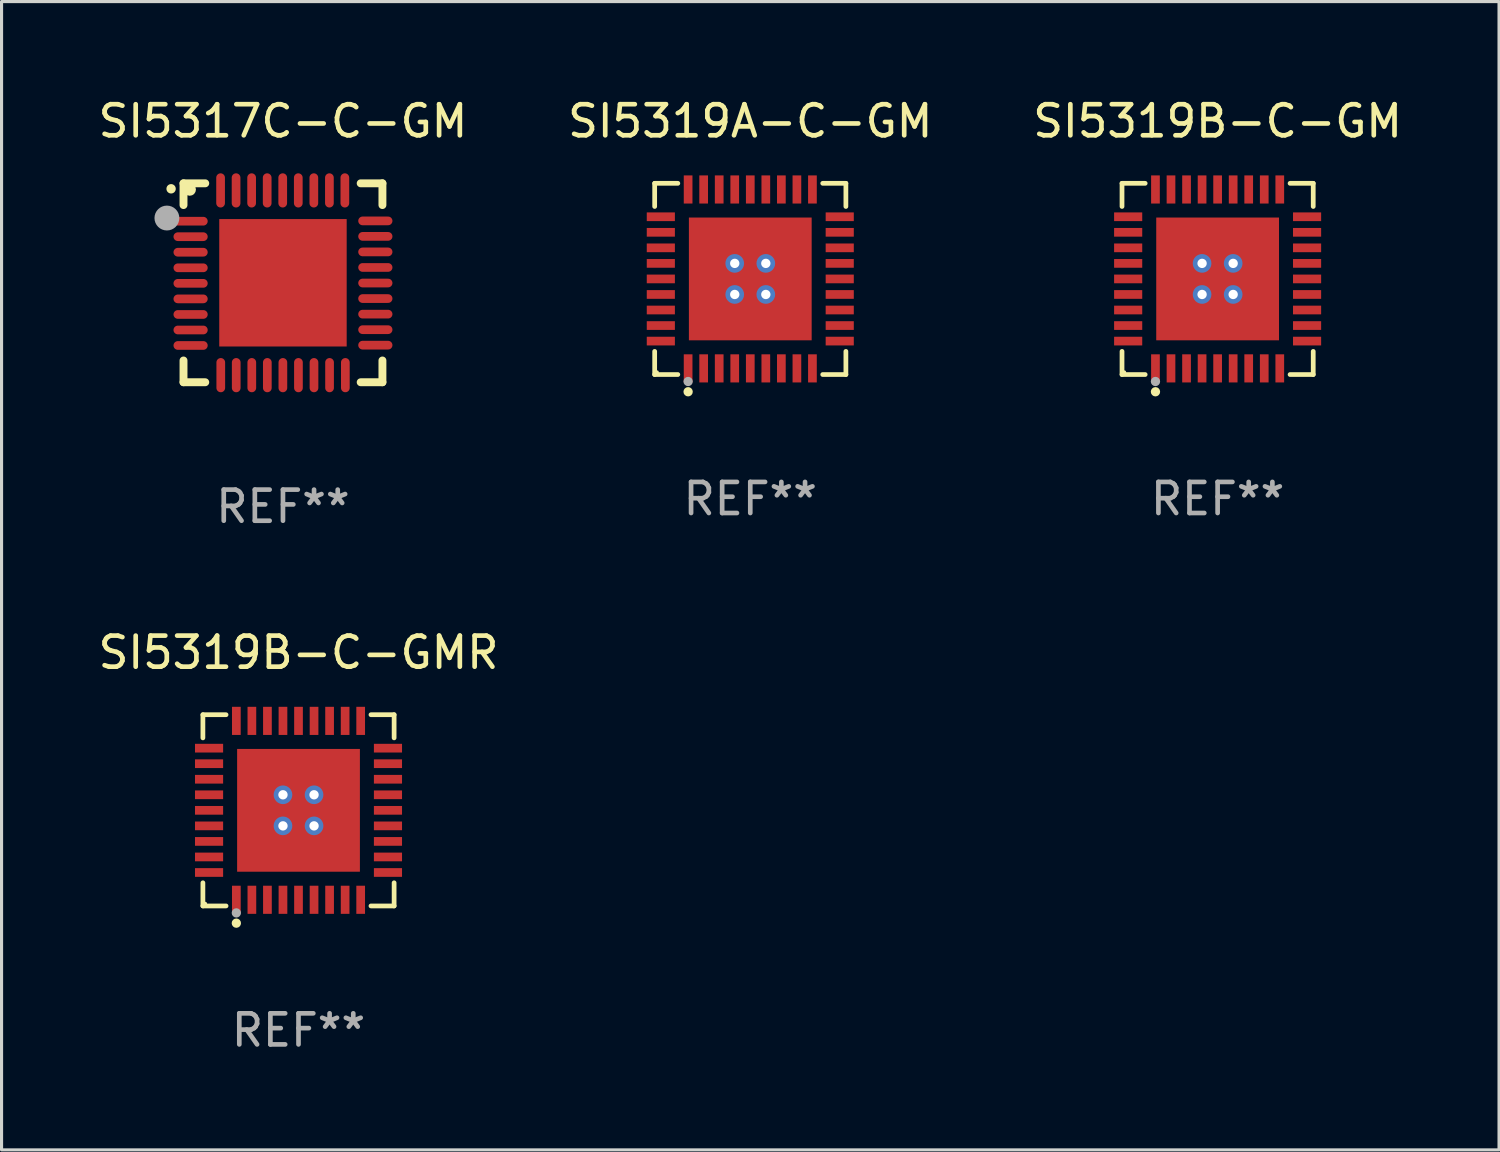
<source format=kicad_pcb>
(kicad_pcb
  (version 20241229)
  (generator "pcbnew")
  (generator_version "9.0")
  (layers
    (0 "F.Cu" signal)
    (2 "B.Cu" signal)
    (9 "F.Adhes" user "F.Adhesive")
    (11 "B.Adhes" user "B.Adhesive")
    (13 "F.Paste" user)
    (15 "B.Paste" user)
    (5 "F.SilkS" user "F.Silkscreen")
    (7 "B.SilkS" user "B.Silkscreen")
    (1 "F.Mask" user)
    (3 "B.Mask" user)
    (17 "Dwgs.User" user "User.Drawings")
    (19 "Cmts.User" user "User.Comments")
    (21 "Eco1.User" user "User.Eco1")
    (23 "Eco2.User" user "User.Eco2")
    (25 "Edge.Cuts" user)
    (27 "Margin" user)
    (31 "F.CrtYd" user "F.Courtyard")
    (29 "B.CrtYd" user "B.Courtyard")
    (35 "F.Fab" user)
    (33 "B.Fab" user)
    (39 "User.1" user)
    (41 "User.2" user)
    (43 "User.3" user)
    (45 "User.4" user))
  (footprint "SI5319A-C-GM"
    (layer "F.Cu")
    (at 21.089 5.924)
    (property "Reference" "SI5319A-C-GM" (at 0 -5.076 0) (layer "F.SilkS") (effects (font (size 1 1) (thickness 0.15))))
    (attr through_hole)
    (fp_line (start -3.076 -3.076) (end -2.331 -3.076) (stroke (width 0.152) (type solid)) (layer "F.SilkS"))
    (fp_line (start -3.076 -2.331) (end -3.076 -3.076) (stroke (width 0.152) (type solid)) (layer "F.SilkS"))
    (fp_line (start -3.076 2.331) (end -3.076 3.076) (stroke (width 0.152) (type solid)) (layer "F.SilkS"))
    (fp_line (start -3.076 3.076) (end -2.331 3.076) (stroke (width 0.152) (type solid)) (layer "F.SilkS"))
    (fp_line (start 3.076 -3.076) (end 2.331 -3.076) (stroke (width 0.152) (type solid)) (layer "F.SilkS"))
    (fp_line (start 3.076 -2.331) (end 3.076 -3.076) (stroke (width 0.152) (type solid)) (layer "F.SilkS"))
    (fp_line (start 3.076 2.331) (end 3.076 3.076) (stroke (width 0.152) (type solid)) (layer "F.SilkS"))
    (fp_line (start 3.076 3.076) (end 2.331 3.076) (stroke (width 0.152) (type solid)) (layer "F.SilkS"))
    (fp_circle (center -3 3) (end -2.97 3) (stroke (width 0.06) (type solid)) (fill no) (layer "F.SilkS"))
    (fp_circle (center -2 3.63) (end -1.925 3.63) (stroke (width 0.15) (type solid)) (fill no) (layer "F.SilkS"))
    (fp_circle (center -2 3.3) (end -1.925 3.3) (stroke (width 0.15) (type solid)) (fill no) (layer "F.Fab"))
    (fp_text user "REF**" (at 0 7.076 0) (layer "F.Fab") (effects (font (size 1 1) (thickness 0.15))))
    (pad "1" smd rect (at -2 2.878) (size 0.28 0.905) (layers "F.Cu" "F.Mask" "F.Paste"))
    (pad "2" smd rect (at -1.5 2.878) (size 0.28 0.905) (layers "F.Cu" "F.Mask" "F.Paste"))
    (pad "3" smd rect (at -1 2.878) (size 0.28 0.905) (layers "F.Cu" "F.Mask" "F.Paste"))
    (pad "4" smd rect (at -0.5 2.878) (size 0.28 0.905) (layers "F.Cu" "F.Mask" "F.Paste"))
    (pad "5" smd rect (at 0 2.878) (size 0.28 0.905) (layers "F.Cu" "F.Mask" "F.Paste"))
    (pad "6" smd rect (at 0.5 2.878) (size 0.28 0.905) (layers "F.Cu" "F.Mask" "F.Paste"))
    (pad "7" smd rect (at 1 2.878) (size 0.28 0.905) (layers "F.Cu" "F.Mask" "F.Paste"))
    (pad "8" smd rect (at 1.5 2.878) (size 0.28 0.905) (layers "F.Cu" "F.Mask" "F.Paste"))
    (pad "9" smd rect (at 2 2.878) (size 0.28 0.905) (layers "F.Cu" "F.Mask" "F.Paste"))
    (pad "10" smd rect (at 2.878 2) (size 0.905 0.28) (layers "F.Cu" "F.Mask" "F.Paste"))
    (pad "11" smd rect (at 2.878 1.5) (size 0.905 0.28) (layers "F.Cu" "F.Mask" "F.Paste"))
    (pad "12" smd rect (at 2.878 1) (size 0.905 0.28) (layers "F.Cu" "F.Mask" "F.Paste"))
    (pad "13" smd rect (at 2.878 0.5) (size 0.905 0.28) (layers "F.Cu" "F.Mask" "F.Paste"))
    (pad "14" smd rect (at 2.878 0) (size 0.905 0.28) (layers "F.Cu" "F.Mask" "F.Paste"))
    (pad "15" smd rect (at 2.878 -0.5) (size 0.905 0.28) (layers "F.Cu" "F.Mask" "F.Paste"))
    (pad "16" smd rect (at 2.878 -1) (size 0.905 0.28) (layers "F.Cu" "F.Mask" "F.Paste"))
    (pad "17" smd rect (at 2.878 -1.5) (size 0.905 0.28) (layers "F.Cu" "F.Mask" "F.Paste"))
    (pad "18" smd rect (at 2.878 -2) (size 0.905 0.28) (layers "F.Cu" "F.Mask" "F.Paste"))
    (pad "19" smd rect (at 2 -2.878) (size 0.28 0.905) (layers "F.Cu" "F.Mask" "F.Paste"))
    (pad "20" smd rect (at 1.5 -2.878) (size 0.28 0.905) (layers "F.Cu" "F.Mask" "F.Paste"))
    (pad "21" smd rect (at 1 -2.878) (size 0.28 0.905) (layers "F.Cu" "F.Mask" "F.Paste"))
    (pad "22" smd rect (at 0.5 -2.878) (size 0.28 0.905) (layers "F.Cu" "F.Mask" "F.Paste"))
    (pad "23" smd rect (at 0 -2.878) (size 0.28 0.905) (layers "F.Cu" "F.Mask" "F.Paste"))
    (pad "24" smd rect (at -0.5 -2.878) (size 0.28 0.905) (layers "F.Cu" "F.Mask" "F.Paste"))
    (pad "25" smd rect (at -1 -2.878) (size 0.28 0.905) (layers "F.Cu" "F.Mask" "F.Paste"))
    (pad "26" smd rect (at -1.5 -2.878) (size 0.28 0.905) (layers "F.Cu" "F.Mask" "F.Paste"))
    (pad "27" smd rect (at -2 -2.878) (size 0.28 0.905) (layers "F.Cu" "F.Mask" "F.Paste"))
    (pad "28" smd rect (at -2.878 -2) (size 0.905 0.28) (layers "F.Cu" "F.Mask" "F.Paste"))
    (pad "29" smd rect (at -2.878 -1.5) (size 0.905 0.28) (layers "F.Cu" "F.Mask" "F.Paste"))
    (pad "30" smd rect (at -2.878 -1) (size 0.905 0.28) (layers "F.Cu" "F.Mask" "F.Paste"))
    (pad "31" smd rect (at -2.878 -0.5) (size 0.905 0.28) (layers "F.Cu" "F.Mask" "F.Paste"))
    (pad "32" smd rect (at -2.878 0) (size 0.905 0.28) (layers "F.Cu" "F.Mask" "F.Paste"))
    (pad "33" smd rect (at -2.878 0.5) (size 0.905 0.28) (layers "F.Cu" "F.Mask" "F.Paste"))
    (pad "34" smd rect (at -2.878 1) (size 0.905 0.28) (layers "F.Cu" "F.Mask" "F.Paste"))
    (pad "35" smd rect (at -2.878 1.5) (size 0.905 0.28) (layers "F.Cu" "F.Mask" "F.Paste"))
    (pad "36" smd rect (at -2.878 2) (size 0.905 0.28) (layers "F.Cu" "F.Mask" "F.Paste"))
    (pad "37" thru_hole circle (at -0.5 -0.5) (size 0.6 0.6) (drill 0.3) (layers "*.Cu" "*.Mask"))
    (pad "37" thru_hole circle (at -0.5 0.5) (size 0.6 0.6) (drill 0.3) (layers "*.Cu" "*.Mask"))
    (pad "37" smd rect (at 0 0) (size 3.95 3.95) (layers "F.Cu" "F.Mask" "F.Paste"))
    (pad "37" thru_hole circle (at 0.5 -0.5) (size 0.6 0.6) (drill 0.3) (layers "*.Cu" "*.Mask"))
    (pad "37" thru_hole circle (at 0.5 0.5) (size 0.6 0.6) (drill 0.3) (layers "*.Cu" "*.Mask")))
  (footprint "SI5319B-C-GMR"
    (layer "F.Cu")
    (at 6.554 23.021)
    (property "Reference" "SI5319B-C-GMR" (at 0 -5.076 0) (layer "F.SilkS") (effects (font (size 1 1) (thickness 0.15))))
    (attr through_hole)
    (fp_line (start -3.076 -3.076) (end -2.331 -3.076) (stroke (width 0.152) (type solid)) (layer "F.SilkS"))
    (fp_line (start -3.076 -2.331) (end -3.076 -3.076) (stroke (width 0.152) (type solid)) (layer "F.SilkS"))
    (fp_line (start -3.076 2.331) (end -3.076 3.076) (stroke (width 0.152) (type solid)) (layer "F.SilkS"))
    (fp_line (start -3.076 3.076) (end -2.331 3.076) (stroke (width 0.152) (type solid)) (layer "F.SilkS"))
    (fp_line (start 3.076 -3.076) (end 2.331 -3.076) (stroke (width 0.152) (type solid)) (layer "F.SilkS"))
    (fp_line (start 3.076 -2.331) (end 3.076 -3.076) (stroke (width 0.152) (type solid)) (layer "F.SilkS"))
    (fp_line (start 3.076 2.331) (end 3.076 3.076) (stroke (width 0.152) (type solid)) (layer "F.SilkS"))
    (fp_line (start 3.076 3.076) (end 2.331 3.076) (stroke (width 0.152) (type solid)) (layer "F.SilkS"))
    (fp_circle (center -3 3) (end -2.97 3) (stroke (width 0.06) (type solid)) (fill no) (layer "F.SilkS"))
    (fp_circle (center -2 3.63) (end -1.925 3.63) (stroke (width 0.15) (type solid)) (fill no) (layer "F.SilkS"))
    (fp_circle (center -2 3.3) (end -1.925 3.3) (stroke (width 0.15) (type solid)) (fill no) (layer "F.Fab"))
    (fp_text user "REF**" (at 0 7.076 0) (layer "F.Fab") (effects (font (size 1 1) (thickness 0.15))))
    (pad "1" smd rect (at -2 2.878) (size 0.28 0.905) (layers "F.Cu" "F.Mask" "F.Paste"))
    (pad "2" smd rect (at -1.5 2.878) (size 0.28 0.905) (layers "F.Cu" "F.Mask" "F.Paste"))
    (pad "3" smd rect (at -1 2.878) (size 0.28 0.905) (layers "F.Cu" "F.Mask" "F.Paste"))
    (pad "4" smd rect (at -0.5 2.878) (size 0.28 0.905) (layers "F.Cu" "F.Mask" "F.Paste"))
    (pad "5" smd rect (at 0 2.878) (size 0.28 0.905) (layers "F.Cu" "F.Mask" "F.Paste"))
    (pad "6" smd rect (at 0.5 2.878) (size 0.28 0.905) (layers "F.Cu" "F.Mask" "F.Paste"))
    (pad "7" smd rect (at 1 2.878) (size 0.28 0.905) (layers "F.Cu" "F.Mask" "F.Paste"))
    (pad "8" smd rect (at 1.5 2.878) (size 0.28 0.905) (layers "F.Cu" "F.Mask" "F.Paste"))
    (pad "9" smd rect (at 2 2.878) (size 0.28 0.905) (layers "F.Cu" "F.Mask" "F.Paste"))
    (pad "10" smd rect (at 2.878 2) (size 0.905 0.28) (layers "F.Cu" "F.Mask" "F.Paste"))
    (pad "11" smd rect (at 2.878 1.5) (size 0.905 0.28) (layers "F.Cu" "F.Mask" "F.Paste"))
    (pad "12" smd rect (at 2.878 1) (size 0.905 0.28) (layers "F.Cu" "F.Mask" "F.Paste"))
    (pad "13" smd rect (at 2.878 0.5) (size 0.905 0.28) (layers "F.Cu" "F.Mask" "F.Paste"))
    (pad "14" smd rect (at 2.878 0) (size 0.905 0.28) (layers "F.Cu" "F.Mask" "F.Paste"))
    (pad "15" smd rect (at 2.878 -0.5) (size 0.905 0.28) (layers "F.Cu" "F.Mask" "F.Paste"))
    (pad "16" smd rect (at 2.878 -1) (size 0.905 0.28) (layers "F.Cu" "F.Mask" "F.Paste"))
    (pad "17" smd rect (at 2.878 -1.5) (size 0.905 0.28) (layers "F.Cu" "F.Mask" "F.Paste"))
    (pad "18" smd rect (at 2.878 -2) (size 0.905 0.28) (layers "F.Cu" "F.Mask" "F.Paste"))
    (pad "19" smd rect (at 2 -2.878) (size 0.28 0.905) (layers "F.Cu" "F.Mask" "F.Paste"))
    (pad "20" smd rect (at 1.5 -2.878) (size 0.28 0.905) (layers "F.Cu" "F.Mask" "F.Paste"))
    (pad "21" smd rect (at 1 -2.878) (size 0.28 0.905) (layers "F.Cu" "F.Mask" "F.Paste"))
    (pad "22" smd rect (at 0.5 -2.878) (size 0.28 0.905) (layers "F.Cu" "F.Mask" "F.Paste"))
    (pad "23" smd rect (at 0 -2.878) (size 0.28 0.905) (layers "F.Cu" "F.Mask" "F.Paste"))
    (pad "24" smd rect (at -0.5 -2.878) (size 0.28 0.905) (layers "F.Cu" "F.Mask" "F.Paste"))
    (pad "25" smd rect (at -1 -2.878) (size 0.28 0.905) (layers "F.Cu" "F.Mask" "F.Paste"))
    (pad "26" smd rect (at -1.5 -2.878) (size 0.28 0.905) (layers "F.Cu" "F.Mask" "F.Paste"))
    (pad "27" smd rect (at -2 -2.878) (size 0.28 0.905) (layers "F.Cu" "F.Mask" "F.Paste"))
    (pad "28" smd rect (at -2.878 -2) (size 0.905 0.28) (layers "F.Cu" "F.Mask" "F.Paste"))
    (pad "29" smd rect (at -2.878 -1.5) (size 0.905 0.28) (layers "F.Cu" "F.Mask" "F.Paste"))
    (pad "30" smd rect (at -2.878 -1) (size 0.905 0.28) (layers "F.Cu" "F.Mask" "F.Paste"))
    (pad "31" smd rect (at -2.878 -0.5) (size 0.905 0.28) (layers "F.Cu" "F.Mask" "F.Paste"))
    (pad "32" smd rect (at -2.878 0) (size 0.905 0.28) (layers "F.Cu" "F.Mask" "F.Paste"))
    (pad "33" smd rect (at -2.878 0.5) (size 0.905 0.28) (layers "F.Cu" "F.Mask" "F.Paste"))
    (pad "34" smd rect (at -2.878 1) (size 0.905 0.28) (layers "F.Cu" "F.Mask" "F.Paste"))
    (pad "35" smd rect (at -2.878 1.5) (size 0.905 0.28) (layers "F.Cu" "F.Mask" "F.Paste"))
    (pad "36" smd rect (at -2.878 2) (size 0.905 0.28) (layers "F.Cu" "F.Mask" "F.Paste"))
    (pad "37" thru_hole circle (at -0.5 -0.5) (size 0.6 0.6) (drill 0.3) (layers "*.Cu" "*.Mask"))
    (pad "37" thru_hole circle (at -0.5 0.5) (size 0.6 0.6) (drill 0.3) (layers "*.Cu" "*.Mask"))
    (pad "37" smd rect (at 0 0) (size 3.95 3.95) (layers "F.Cu" "F.Mask" "F.Paste"))
    (pad "37" thru_hole circle (at 0.5 -0.5) (size 0.6 0.6) (drill 0.3) (layers "*.Cu" "*.Mask"))
    (pad "37" thru_hole circle (at 0.5 0.5) (size 0.6 0.6) (drill 0.3) (layers "*.Cu" "*.Mask")))
  (footprint "SI5319B-C-GM"
    (layer "F.Cu")
    (at 36.125 5.924)
    (property "Reference" "SI5319B-C-GM" (at 0 -5.076 0) (layer "F.SilkS") (effects (font (size 1 1) (thickness 0.15))))
    (attr through_hole)
    (fp_line (start -3.076 -3.076) (end -2.331 -3.076) (stroke (width 0.152) (type solid)) (layer "F.SilkS"))
    (fp_line (start -3.076 -2.331) (end -3.076 -3.076) (stroke (width 0.152) (type solid)) (layer "F.SilkS"))
    (fp_line (start -3.076 2.331) (end -3.076 3.076) (stroke (width 0.152) (type solid)) (layer "F.SilkS"))
    (fp_line (start -3.076 3.076) (end -2.331 3.076) (stroke (width 0.152) (type solid)) (layer "F.SilkS"))
    (fp_line (start 3.076 -3.076) (end 2.331 -3.076) (stroke (width 0.152) (type solid)) (layer "F.SilkS"))
    (fp_line (start 3.076 -2.331) (end 3.076 -3.076) (stroke (width 0.152) (type solid)) (layer "F.SilkS"))
    (fp_line (start 3.076 2.331) (end 3.076 3.076) (stroke (width 0.152) (type solid)) (layer "F.SilkS"))
    (fp_line (start 3.076 3.076) (end 2.331 3.076) (stroke (width 0.152) (type solid)) (layer "F.SilkS"))
    (fp_circle (center -3 3) (end -2.97 3) (stroke (width 0.06) (type solid)) (fill no) (layer "F.SilkS"))
    (fp_circle (center -2 3.63) (end -1.925 3.63) (stroke (width 0.15) (type solid)) (fill no) (layer "F.SilkS"))
    (fp_circle (center -2 3.3) (end -1.925 3.3) (stroke (width 0.15) (type solid)) (fill no) (layer "F.Fab"))
    (fp_text user "REF**" (at 0 7.076 0) (layer "F.Fab") (effects (font (size 1 1) (thickness 0.15))))
    (pad "1" smd rect (at -2 2.878) (size 0.28 0.905) (layers "F.Cu" "F.Mask" "F.Paste"))
    (pad "2" smd rect (at -1.5 2.878) (size 0.28 0.905) (layers "F.Cu" "F.Mask" "F.Paste"))
    (pad "3" smd rect (at -1 2.878) (size 0.28 0.905) (layers "F.Cu" "F.Mask" "F.Paste"))
    (pad "4" smd rect (at -0.5 2.878) (size 0.28 0.905) (layers "F.Cu" "F.Mask" "F.Paste"))
    (pad "5" smd rect (at 0 2.878) (size 0.28 0.905) (layers "F.Cu" "F.Mask" "F.Paste"))
    (pad "6" smd rect (at 0.5 2.878) (size 0.28 0.905) (layers "F.Cu" "F.Mask" "F.Paste"))
    (pad "7" smd rect (at 1 2.878) (size 0.28 0.905) (layers "F.Cu" "F.Mask" "F.Paste"))
    (pad "8" smd rect (at 1.5 2.878) (size 0.28 0.905) (layers "F.Cu" "F.Mask" "F.Paste"))
    (pad "9" smd rect (at 2 2.878) (size 0.28 0.905) (layers "F.Cu" "F.Mask" "F.Paste"))
    (pad "10" smd rect (at 2.878 2) (size 0.905 0.28) (layers "F.Cu" "F.Mask" "F.Paste"))
    (pad "11" smd rect (at 2.878 1.5) (size 0.905 0.28) (layers "F.Cu" "F.Mask" "F.Paste"))
    (pad "12" smd rect (at 2.878 1) (size 0.905 0.28) (layers "F.Cu" "F.Mask" "F.Paste"))
    (pad "13" smd rect (at 2.878 0.5) (size 0.905 0.28) (layers "F.Cu" "F.Mask" "F.Paste"))
    (pad "14" smd rect (at 2.878 0) (size 0.905 0.28) (layers "F.Cu" "F.Mask" "F.Paste"))
    (pad "15" smd rect (at 2.878 -0.5) (size 0.905 0.28) (layers "F.Cu" "F.Mask" "F.Paste"))
    (pad "16" smd rect (at 2.878 -1) (size 0.905 0.28) (layers "F.Cu" "F.Mask" "F.Paste"))
    (pad "17" smd rect (at 2.878 -1.5) (size 0.905 0.28) (layers "F.Cu" "F.Mask" "F.Paste"))
    (pad "18" smd rect (at 2.878 -2) (size 0.905 0.28) (layers "F.Cu" "F.Mask" "F.Paste"))
    (pad "19" smd rect (at 2 -2.878) (size 0.28 0.905) (layers "F.Cu" "F.Mask" "F.Paste"))
    (pad "20" smd rect (at 1.5 -2.878) (size 0.28 0.905) (layers "F.Cu" "F.Mask" "F.Paste"))
    (pad "21" smd rect (at 1 -2.878) (size 0.28 0.905) (layers "F.Cu" "F.Mask" "F.Paste"))
    (pad "22" smd rect (at 0.5 -2.878) (size 0.28 0.905) (layers "F.Cu" "F.Mask" "F.Paste"))
    (pad "23" smd rect (at 0 -2.878) (size 0.28 0.905) (layers "F.Cu" "F.Mask" "F.Paste"))
    (pad "24" smd rect (at -0.5 -2.878) (size 0.28 0.905) (layers "F.Cu" "F.Mask" "F.Paste"))
    (pad "25" smd rect (at -1 -2.878) (size 0.28 0.905) (layers "F.Cu" "F.Mask" "F.Paste"))
    (pad "26" smd rect (at -1.5 -2.878) (size 0.28 0.905) (layers "F.Cu" "F.Mask" "F.Paste"))
    (pad "27" smd rect (at -2 -2.878) (size 0.28 0.905) (layers "F.Cu" "F.Mask" "F.Paste"))
    (pad "28" smd rect (at -2.878 -2) (size 0.905 0.28) (layers "F.Cu" "F.Mask" "F.Paste"))
    (pad "29" smd rect (at -2.878 -1.5) (size 0.905 0.28) (layers "F.Cu" "F.Mask" "F.Paste"))
    (pad "30" smd rect (at -2.878 -1) (size 0.905 0.28) (layers "F.Cu" "F.Mask" "F.Paste"))
    (pad "31" smd rect (at -2.878 -0.5) (size 0.905 0.28) (layers "F.Cu" "F.Mask" "F.Paste"))
    (pad "32" smd rect (at -2.878 0) (size 0.905 0.28) (layers "F.Cu" "F.Mask" "F.Paste"))
    (pad "33" smd rect (at -2.878 0.5) (size 0.905 0.28) (layers "F.Cu" "F.Mask" "F.Paste"))
    (pad "34" smd rect (at -2.878 1) (size 0.905 0.28) (layers "F.Cu" "F.Mask" "F.Paste"))
    (pad "35" smd rect (at -2.878 1.5) (size 0.905 0.28) (layers "F.Cu" "F.Mask" "F.Paste"))
    (pad "36" smd rect (at -2.878 2) (size 0.905 0.28) (layers "F.Cu" "F.Mask" "F.Paste"))
    (pad "37" thru_hole circle (at -0.5 -0.5) (size 0.6 0.6) (drill 0.3) (layers "*.Cu" "*.Mask"))
    (pad "37" thru_hole circle (at -0.5 0.5) (size 0.6 0.6) (drill 0.3) (layers "*.Cu" "*.Mask"))
    (pad "37" smd rect (at 0 0) (size 3.95 3.95) (layers "F.Cu" "F.Mask" "F.Paste"))
    (pad "37" thru_hole circle (at 0.5 -0.5) (size 0.6 0.6) (drill 0.3) (layers "*.Cu" "*.Mask"))
    (pad "37" thru_hole circle (at 0.5 0.5) (size 0.6 0.6) (drill 0.3) (layers "*.Cu" "*.Mask")))
  (footprint "SI5317C-C-GM"
    (layer "F.Cu")
    (at 6.054 6.048)
    (property "Reference" "SI5317C-C-GM" (at 0 -5.2 0) (layer "F.SilkS") (effects (font (size 1 1) (thickness 0.15))))
    (attr through_hole)
    (fp_line (start -3.2 -3.2) (end -2.5 -3.2) (stroke (width 0.254) (type solid)) (layer "F.SilkS"))
    (fp_line (start -3.2 -2.5) (end -3.2 -3.2) (stroke (width 0.254) (type solid)) (layer "F.SilkS"))
    (fp_line (start -3.2 3.2) (end -3.2 2.5) (stroke (width 0.254) (type solid)) (layer "F.SilkS"))
    (fp_line (start -2.5 3.2) (end -3.2 3.2) (stroke (width 0.254) (type solid)) (layer "F.SilkS"))
    (fp_line (start 2.5 -3.2) (end 3.2 -3.2) (stroke (width 0.254) (type solid)) (layer "F.SilkS"))
    (fp_line (start 2.5 3.2) (end 3.2 3.2) (stroke (width 0.254) (type solid)) (layer "F.SilkS"))
    (fp_line (start 3.2 -3.2) (end 3.2 -2.5) (stroke (width 0.254) (type solid)) (layer "F.SilkS"))
    (fp_line (start 3.2 3.2) (end 3.2 2.5) (stroke (width 0.254) (type solid)) (layer "F.SilkS"))
    (fp_arc (start -3.599187 -3.022606) (mid -3.599192 -3.023876) (end -3.599187 -3.025146) (stroke (width 0.3) (type solid)) (layer "F.SilkS"))
    (fp_circle (center -3 -3) (end -2.9 -3) (stroke (width 0.2) (type solid)) (fill no) (layer "F.SilkS"))
    (fp_circle (center -3.734 -2.083) (end -3.534 -2.083) (stroke (width 0.4) (type solid)) (fill no) (layer "F.Fab"))
    (fp_text user "REF**" (at 0 7.2 0) (layer "F.Fab") (effects (font (size 1 1) (thickness 0.15))))
    (pad "1" smd oval (at -2.972 -1.981 270) (size 0.28 1.1) (layers "F.Cu" "F.Mask" "F.Paste"))
    (pad "2" smd oval (at -2.972 -1.483 270) (size 0.28 1.1) (layers "F.Cu" "F.Mask" "F.Paste"))
    (pad "3" smd oval (at -2.972 -0.983 270) (size 0.28 1.1) (layers "F.Cu" "F.Mask" "F.Paste"))
    (pad "4" smd oval (at -2.972 -0.482 270) (size 0.28 1.1) (layers "F.Cu" "F.Mask" "F.Paste"))
    (pad "5" smd oval (at -2.972 0.018 270) (size 0.28 1.1) (layers "F.Cu" "F.Mask" "F.Paste"))
    (pad "6" smd oval (at -2.972 0.518 270) (size 0.28 1.1) (layers "F.Cu" "F.Mask" "F.Paste"))
    (pad "7" smd oval (at -2.972 1.019 270) (size 0.28 1.1) (layers "F.Cu" "F.Mask" "F.Paste"))
    (pad "8" smd oval (at -2.972 1.519 270) (size 0.28 1.1) (layers "F.Cu" "F.Mask" "F.Paste"))
    (pad "9" smd oval (at -2.972 2.017 270) (size 0.28 1.1) (layers "F.Cu" "F.Mask" "F.Paste"))
    (pad "10" smd oval (at -2.001 2.972) (size 0.28 1.1) (layers "F.Cu" "F.Mask" "F.Paste"))
    (pad "11" smd oval (at -1.504 2.972) (size 0.28 1.1) (layers "F.Cu" "F.Mask" "F.Paste"))
    (pad "12" smd oval (at -1.003 2.972) (size 0.28 1.1) (layers "F.Cu" "F.Mask" "F.Paste"))
    (pad "13" smd oval (at -0.503 2.972) (size 0.28 1.1) (layers "F.Cu" "F.Mask" "F.Paste"))
    (pad "14" smd oval (at -0.003 2.972) (size 0.28 1.1) (layers "F.Cu" "F.Mask" "F.Paste"))
    (pad "15" smd oval (at 0.498 2.972) (size 0.28 1.1) (layers "F.Cu" "F.Mask" "F.Paste"))
    (pad "16" smd oval (at 0.998 2.972) (size 0.28 1.1) (layers "F.Cu" "F.Mask" "F.Paste"))
    (pad "17" smd oval (at 1.499 2.972) (size 0.28 1.1) (layers "F.Cu" "F.Mask" "F.Paste"))
    (pad "18" smd oval (at 2.007 2.972) (size 0.28 1.1) (layers "F.Cu" "F.Mask" "F.Paste"))
    (pad "19" smd oval (at 2.972 2.007 90) (size 0.28 1.1) (layers "F.Cu" "F.Mask" "F.Paste"))
    (pad "20" smd oval (at 2.972 1.509 90) (size 0.28 1.1) (layers "F.Cu" "F.Mask" "F.Paste"))
    (pad "21" smd oval (at 2.972 1.009 90) (size 0.28 1.1) (layers "F.Cu" "F.Mask" "F.Paste"))
    (pad "22" smd oval (at 2.972 0.508 90) (size 0.28 1.1) (layers "F.Cu" "F.Mask" "F.Paste"))
    (pad "23" smd oval (at 2.972 0.008 90) (size 0.28 1.1) (layers "F.Cu" "F.Mask" "F.Paste"))
    (pad "24" smd oval (at 2.972 -0.493 90) (size 0.28 1.1) (layers "F.Cu" "F.Mask" "F.Paste"))
    (pad "25" smd oval (at 2.972 -0.993 90) (size 0.28 1.1) (layers "F.Cu" "F.Mask" "F.Paste"))
    (pad "26" smd oval (at 2.972 -1.493 90) (size 0.28 1.1) (layers "F.Cu" "F.Mask" "F.Paste"))
    (pad "27" smd oval (at 2.972 -1.991 90) (size 0.28 1.1) (layers "F.Cu" "F.Mask" "F.Paste"))
    (pad "28" smd oval (at 1.991 -2.972 180) (size 0.28 1.1) (layers "F.Cu" "F.Mask" "F.Paste"))
    (pad "29" smd oval (at 1.494 -2.972 180) (size 0.28 1.1) (layers "F.Cu" "F.Mask" "F.Paste"))
    (pad "30" smd oval (at 0.993 -2.972 180) (size 0.28 1.1) (layers "F.Cu" "F.Mask" "F.Paste"))
    (pad "31" smd oval (at 0.493 -2.972 180) (size 0.28 1.1) (layers "F.Cu" "F.Mask" "F.Paste"))
    (pad "32" smd oval (at -0.008 -2.972 180) (size 0.28 1.1) (layers "F.Cu" "F.Mask" "F.Paste"))
    (pad "33" smd oval (at -0.508 -2.972 180) (size 0.28 1.1) (layers "F.Cu" "F.Mask" "F.Paste"))
    (pad "34" smd oval (at -1.008 -2.972 180) (size 0.28 1.1) (layers "F.Cu" "F.Mask" "F.Paste"))
    (pad "35" smd oval (at -1.509 -2.972 180) (size 0.28 1.1) (layers "F.Cu" "F.Mask" "F.Paste"))
    (pad "36" smd oval (at -2.007 -2.972 180) (size 0.28 1.1) (layers "F.Cu" "F.Mask" "F.Paste"))
    (pad "37" smd rect (at 0.000025 -0.000025) (size 4.1 4.1) (layers "F.Cu" "F.Mask" "F.Paste")))
  (gr_rect
    (start -3 -3)
    (end 45.179 33.945)
    (stroke (width 0.1) (type default))
    (fill no)
    (layer "Edge.Cuts")))
</source>
